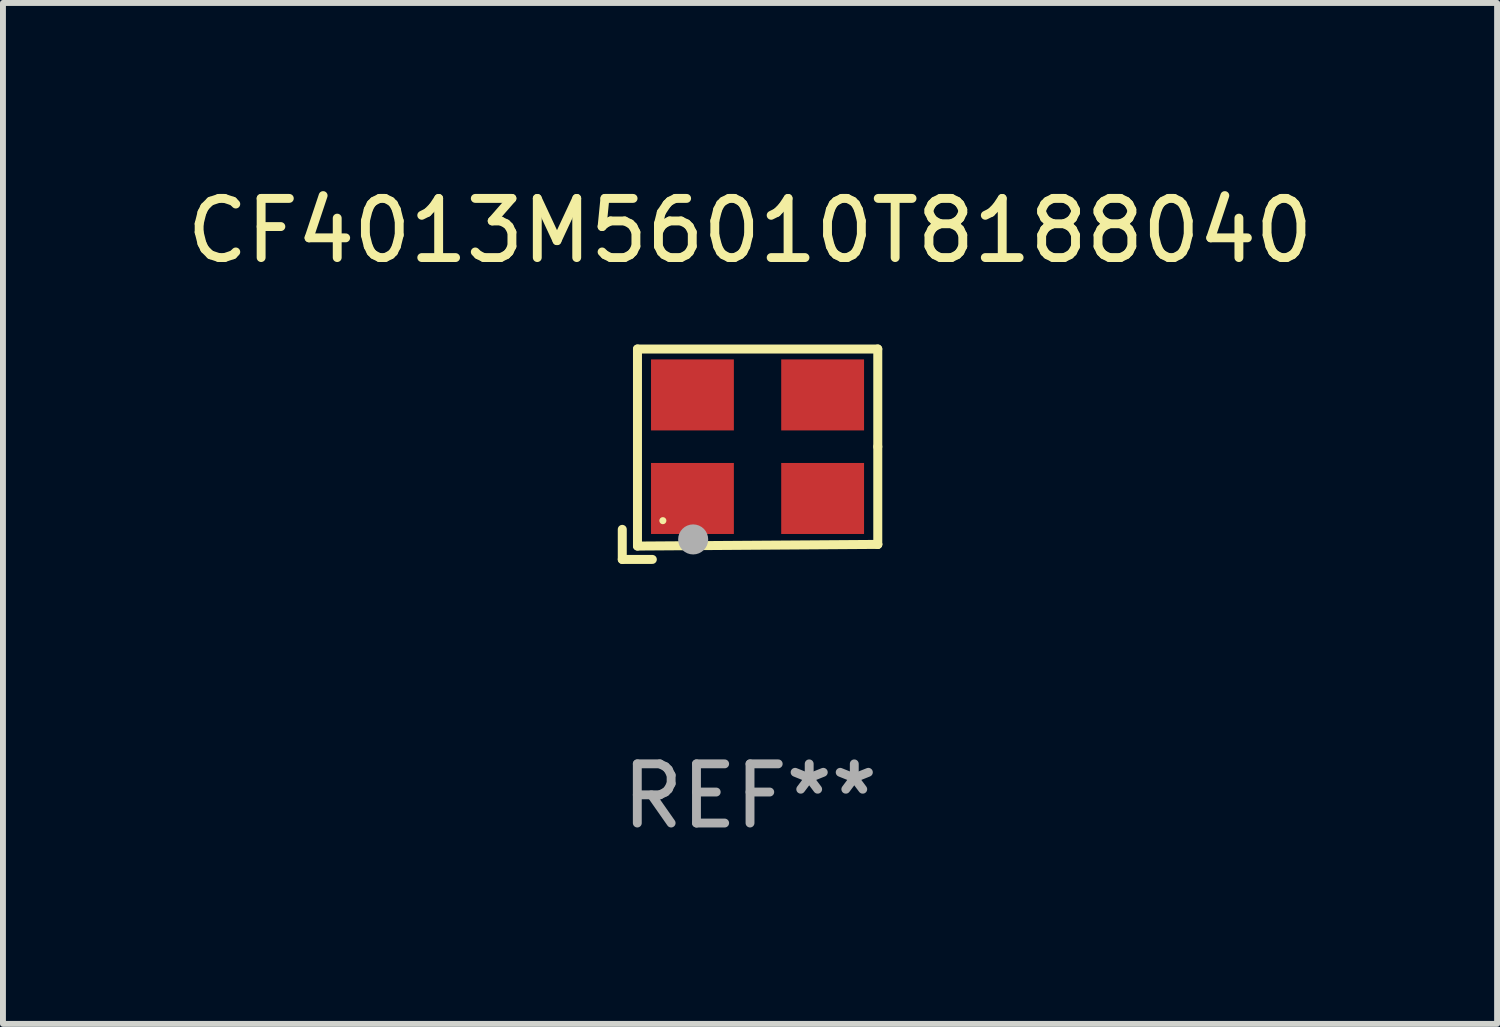
<source format=kicad_pcb>
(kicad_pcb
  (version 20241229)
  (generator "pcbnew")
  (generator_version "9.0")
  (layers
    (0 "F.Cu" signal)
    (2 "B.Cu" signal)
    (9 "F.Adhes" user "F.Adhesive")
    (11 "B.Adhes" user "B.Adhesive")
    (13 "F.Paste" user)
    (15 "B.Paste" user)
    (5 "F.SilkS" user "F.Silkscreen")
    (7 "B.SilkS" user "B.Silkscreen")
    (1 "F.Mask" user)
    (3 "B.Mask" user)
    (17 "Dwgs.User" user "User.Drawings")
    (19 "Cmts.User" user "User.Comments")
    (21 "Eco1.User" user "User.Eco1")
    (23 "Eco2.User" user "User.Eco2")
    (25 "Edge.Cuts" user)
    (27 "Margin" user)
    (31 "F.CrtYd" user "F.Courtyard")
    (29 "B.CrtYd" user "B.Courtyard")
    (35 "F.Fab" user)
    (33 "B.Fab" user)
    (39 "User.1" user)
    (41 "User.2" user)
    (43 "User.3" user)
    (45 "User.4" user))
  (footprint "CF4013M56010T8188040"
    (layer "F.Cu")
    (at 9.625 4.626)
    (property "Reference" "CF4013M56010T8188040" (at 0 -3.778 0) (layer "F.SilkS") (effects (font (size 1 1) (thickness 0.15))))
    (attr through_hole)
    (fp_line (start -2.159 1.27) (end -2.159 1.778) (stroke (width 0.152) (type solid)) (layer "F.SilkS"))
    (fp_line (start -2.159 1.778) (end -1.651 1.778) (stroke (width 0.152) (type solid)) (layer "F.SilkS"))
    (fp_line (start -1.902 -1.778) (end 2.159 -1.778) (stroke (width 0.152) (type solid)) (layer "F.SilkS"))
    (fp_line (start -1.902 1.552) (end -1.902 -1.778) (stroke (width 0.152) (type solid)) (layer "F.SilkS"))
    (fp_line (start 2.159 -1.778) (end 2.159 -0.127) (stroke (width 0.152) (type solid)) (layer "F.SilkS"))
    (fp_line (start 2.159 -0.127) (end 2.159 1.524) (stroke (width 0.152) (type solid)) (layer "F.SilkS"))
    (fp_line (start 2.159 1.524) (end -1.902 1.552) (stroke (width 0.152) (type solid)) (layer "F.SilkS"))
    (fp_line (start 2.159 1.524) (end 2.159 1.524) (stroke (width 0.152) (type solid)) (layer "F.SilkS"))
    (fp_circle (center -1.473 1.123) (end -1.443 1.123) (stroke (width 0.06) (type solid)) (fill no) (layer "F.SilkS"))
    (fp_circle (center -0.961 1.44) (end -0.834 1.44) (stroke (width 0.254) (type solid)) (fill no) (layer "F.Fab"))
    (fp_text user "REF**" (at 0 5.778 0) (layer "F.Fab") (effects (font (size 1 1) (thickness 0.15))))
    (pad "1" smd rect (at -0.973 0.748) (size 1.4 1.2) (layers "F.Cu" "F.Mask" "F.Paste"))
    (pad "2" smd rect (at 1.227 0.748) (size 1.4 1.2) (layers "F.Cu" "F.Mask" "F.Paste"))
    (pad "3" smd rect (at 1.227 -1.002) (size 1.4 1.2) (layers "F.Cu" "F.Mask" "F.Paste"))
    (pad "4" smd rect (at -0.973 -1.002) (size 1.4 1.2) (layers "F.Cu" "F.Mask" "F.Paste")))
  (gr_rect
    (start -3 -3)
    (end 22.25 14.253)
    (stroke (width 0.1) (type default))
    (fill no)
    (layer "Edge.Cuts")))
</source>
